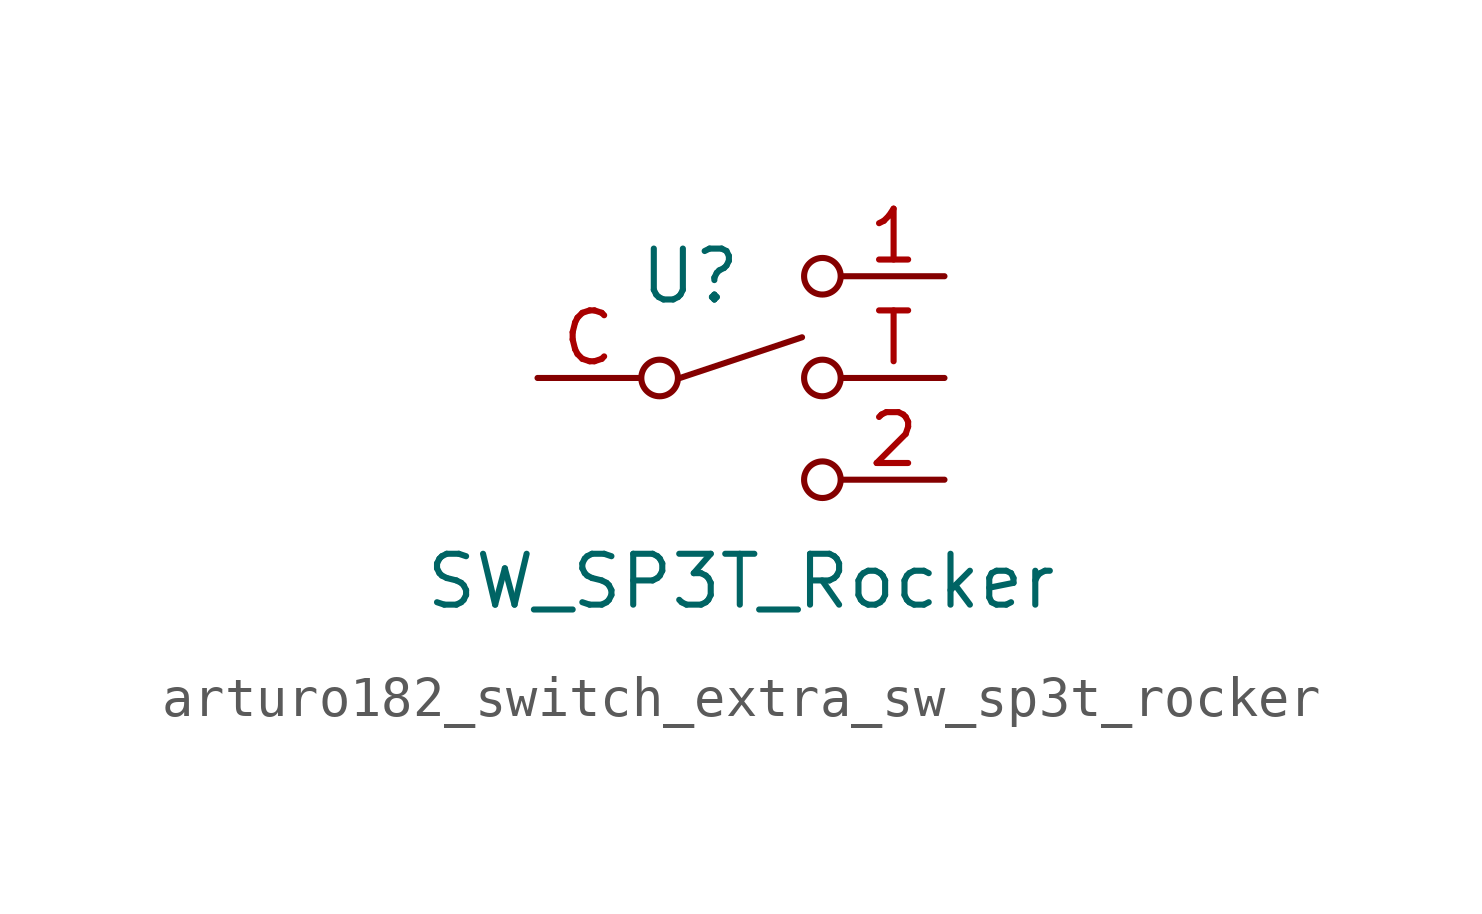
<source format=kicad_sym>
(kicad_symbol_lib
  (version 20220914)
  (generator kicad_symbol_editor)
  (symbol "arturo182_switch_extra_sw_sp3t_rocker"
    (pin_names hide)
    (property "Reference" "U"
      (at -1.27 2.54 0)
      (effects (font (size 1.27 1.27))))
    (property "Value" "SW_SP3T_Rocker"
      (at 0 -5.08 0)
      (effects (font (size 1.27 1.27))))
    (symbol "arturo182_switch_extra_sw_sp3t_rocker_0_1"
      (circle (center -2.032 0) (radius 0.457) (stroke (width 0) (type default) (color 0 0 0 0)) (fill (type none)))
      (polyline (pts (xy -1.524 0) (xy 1.524 1.016)) (stroke (width 0) (type default) (color 0 0 0 0)) (fill (type none)))
      (circle (center 2.032 -2.54) (radius 0.457) (stroke (width 0) (type default) (color 0 0 0 0)) (fill (type none)))
      (circle (center 2.032 0) (radius 0.457) (stroke (width 0) (type default) (color 0 0 0 0)) (fill (type none)))
      (circle (center 2.032 2.54) (radius 0.457) (stroke (width 0) (type default) (color 0 0 0 0)) (fill (type none))))
    (symbol "arturo182_switch_extra_sw_sp3t_rocker_1_1"
      (pin passive line (at 5.08 2.54 180) (length 2.54) (name "1" (effects (font (size 1.27 1.27)))) (number "1" (effects (font (size 1.27 1.27)))))
      (pin passive line (at 5.08 -2.54 180) (length 2.54) (name "2" (effects (font (size 1.27 1.27)))) (number "2" (effects (font (size 1.27 1.27)))))
      (pin passive line (at -5.08 0 0) (length 2.54) (name "C" (effects (font (size 1.27 1.27)))) (number "C" (effects (font (size 1.27 1.27)))))
      (pin no_connect line (at -5.08 -2.54 0) (length 2.54) hide (name "G" (effects (font (size 1.27 1.27)))) (number "G" (effects (font (size 1.27 1.27)))))
      (pin passive line (at 5.08 0 180) (length 2.54) (name "T" (effects (font (size 1.27 1.27)))) (number "T" (effects (font (size 1.27 1.27))))))))
</source>
